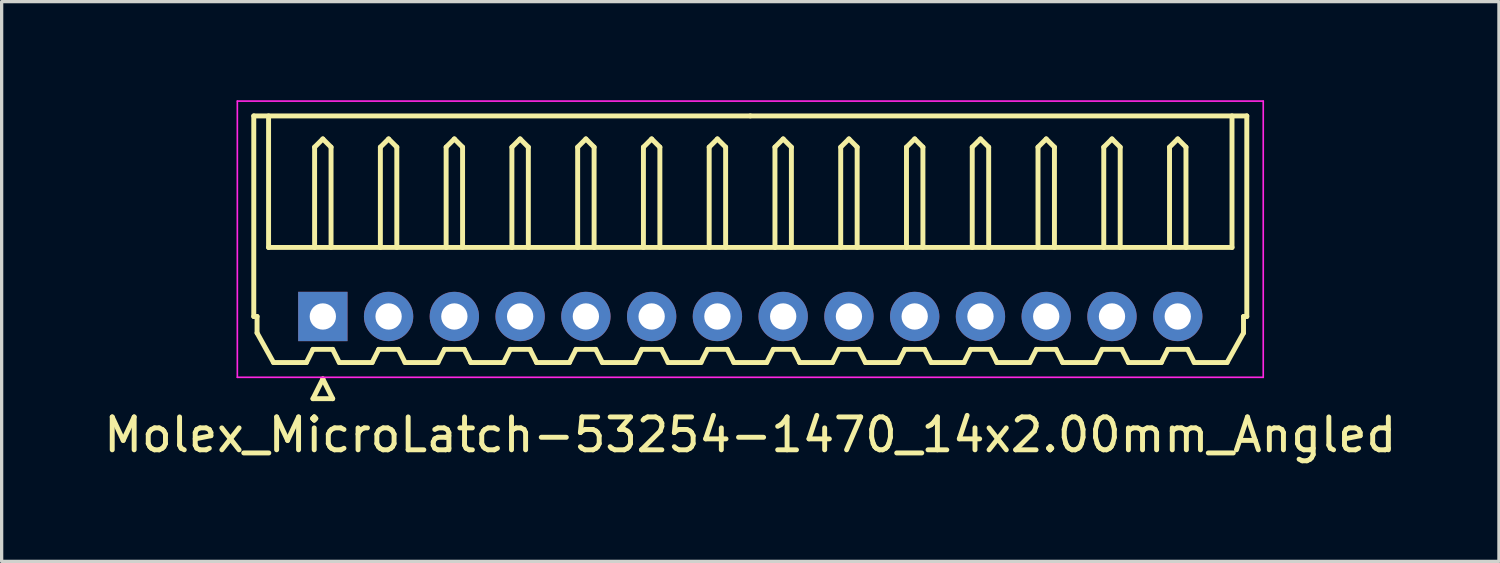
<source format=kicad_pcb>
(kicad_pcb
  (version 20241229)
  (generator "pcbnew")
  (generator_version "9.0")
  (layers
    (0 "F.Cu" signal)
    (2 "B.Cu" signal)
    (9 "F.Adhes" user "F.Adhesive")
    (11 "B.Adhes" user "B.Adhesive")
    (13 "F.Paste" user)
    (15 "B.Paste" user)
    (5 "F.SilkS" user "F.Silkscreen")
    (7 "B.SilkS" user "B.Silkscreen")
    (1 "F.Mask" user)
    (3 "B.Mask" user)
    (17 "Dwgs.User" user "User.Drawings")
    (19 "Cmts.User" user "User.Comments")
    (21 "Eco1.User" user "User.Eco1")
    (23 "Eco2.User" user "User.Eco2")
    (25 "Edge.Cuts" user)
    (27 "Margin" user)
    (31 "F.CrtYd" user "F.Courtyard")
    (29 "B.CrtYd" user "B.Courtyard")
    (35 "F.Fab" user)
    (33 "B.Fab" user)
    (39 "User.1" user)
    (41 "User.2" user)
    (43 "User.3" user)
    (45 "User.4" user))
  (footprint "Molex_MicroLatch-53254-1470_14x2.00mm_Angled"
    (layer "F.Cu")
    (at 6.768 6.575)
    (property "Reference" "Molex_MicroLatch-53254-1470_14x2.00mm_Angled" (at 13 3.6 0) (layer "F.SilkS") (effects (font (size 1 1) (thickness 0.15))))
    (attr through_hole)
    (fp_line (start -2.1 -6.1) (end 13 -6.1) (stroke (width 0.15) (type solid)) (layer "F.SilkS"))
    (fp_line (start -2.1 0) (end -2.1 -6.1) (stroke (width 0.15) (type solid)) (layer "F.SilkS"))
    (fp_line (start -2 0) (end -2.1 0) (stroke (width 0.15) (type solid)) (layer "F.SilkS"))
    (fp_line (start -2 0.5) (end -2 0) (stroke (width 0.15) (type solid)) (layer "F.SilkS"))
    (fp_line (start -1.65 -6.1) (end -1.65 -2.1) (stroke (width 0.15) (type solid)) (layer "F.SilkS"))
    (fp_line (start -1.65 -2.1) (end 27.65 -2.1) (stroke (width 0.15) (type solid)) (layer "F.SilkS"))
    (fp_line (start -1.5 1.4) (end -2 0.5) (stroke (width 0.15) (type solid)) (layer "F.SilkS"))
    (fp_line (start -0.5 1.4) (end -1.5 1.4) (stroke (width 0.15) (type solid)) (layer "F.SilkS"))
    (fp_line (start -0.3 1) (end -0.5 1.4) (stroke (width 0.15) (type solid)) (layer "F.SilkS"))
    (fp_line (start -0.3 1) (end 0.3 1) (stroke (width 0.15) (type solid)) (layer "F.SilkS"))
    (fp_line (start -0.3 2.5) (end 0.3 2.5) (stroke (width 0.15) (type solid)) (layer "F.SilkS"))
    (fp_line (start -0.25 -5.15) (end 0 -5.4) (stroke (width 0.15) (type solid)) (layer "F.SilkS"))
    (fp_line (start -0.25 -2.1) (end -0.25 -5.15) (stroke (width 0.15) (type solid)) (layer "F.SilkS"))
    (fp_line (start 0 -5.4) (end 0.25 -5.15) (stroke (width 0.15) (type solid)) (layer "F.SilkS"))
    (fp_line (start 0 1.9) (end -0.3 2.5) (stroke (width 0.15) (type solid)) (layer "F.SilkS"))
    (fp_line (start 0.25 -5.15) (end 0.25 -2.1) (stroke (width 0.15) (type solid)) (layer "F.SilkS"))
    (fp_line (start 0.3 1) (end 0.5 1.4) (stroke (width 0.15) (type solid)) (layer "F.SilkS"))
    (fp_line (start 0.3 2.5) (end 0 1.9) (stroke (width 0.15) (type solid)) (layer "F.SilkS"))
    (fp_line (start 0.5 1.4) (end 1.5 1.4) (stroke (width 0.15) (type solid)) (layer "F.SilkS"))
    (fp_line (start 1.5 1.4) (end 1.7 1) (stroke (width 0.15) (type solid)) (layer "F.SilkS"))
    (fp_line (start 1.7 1) (end 2.3 1) (stroke (width 0.15) (type solid)) (layer "F.SilkS"))
    (fp_line (start 1.75 -5.15) (end 2 -5.4) (stroke (width 0.15) (type solid)) (layer "F.SilkS"))
    (fp_line (start 1.75 -2.1) (end 1.75 -5.15) (stroke (width 0.15) (type solid)) (layer "F.SilkS"))
    (fp_line (start 2 -5.4) (end 2.25 -5.15) (stroke (width 0.15) (type solid)) (layer "F.SilkS"))
    (fp_line (start 2.25 -5.15) (end 2.25 -2.1) (stroke (width 0.15) (type solid)) (layer "F.SilkS"))
    (fp_line (start 2.3 1) (end 2.5 1.4) (stroke (width 0.15) (type solid)) (layer "F.SilkS"))
    (fp_line (start 2.5 1.4) (end 3.5 1.4) (stroke (width 0.15) (type solid)) (layer "F.SilkS"))
    (fp_line (start 3.5 1.4) (end 3.7 1) (stroke (width 0.15) (type solid)) (layer "F.SilkS"))
    (fp_line (start 3.7 1) (end 4.3 1) (stroke (width 0.15) (type solid)) (layer "F.SilkS"))
    (fp_line (start 3.75 -5.15) (end 4 -5.4) (stroke (width 0.15) (type solid)) (layer "F.SilkS"))
    (fp_line (start 3.75 -2.1) (end 3.75 -5.15) (stroke (width 0.15) (type solid)) (layer "F.SilkS"))
    (fp_line (start 4 -5.4) (end 4.25 -5.15) (stroke (width 0.15) (type solid)) (layer "F.SilkS"))
    (fp_line (start 4.25 -5.15) (end 4.25 -2.1) (stroke (width 0.15) (type solid)) (layer "F.SilkS"))
    (fp_line (start 4.3 1) (end 4.5 1.4) (stroke (width 0.15) (type solid)) (layer "F.SilkS"))
    (fp_line (start 4.5 1.4) (end 5.5 1.4) (stroke (width 0.15) (type solid)) (layer "F.SilkS"))
    (fp_line (start 5.5 1.4) (end 5.7 1) (stroke (width 0.15) (type solid)) (layer "F.SilkS"))
    (fp_line (start 5.7 1) (end 6.3 1) (stroke (width 0.15) (type solid)) (layer "F.SilkS"))
    (fp_line (start 5.75 -5.15) (end 6 -5.4) (stroke (width 0.15) (type solid)) (layer "F.SilkS"))
    (fp_line (start 5.75 -2.1) (end 5.75 -5.15) (stroke (width 0.15) (type solid)) (layer "F.SilkS"))
    (fp_line (start 6 -5.4) (end 6.25 -5.15) (stroke (width 0.15) (type solid)) (layer "F.SilkS"))
    (fp_line (start 6.25 -5.15) (end 6.25 -2.1) (stroke (width 0.15) (type solid)) (layer "F.SilkS"))
    (fp_line (start 6.3 1) (end 6.5 1.4) (stroke (width 0.15) (type solid)) (layer "F.SilkS"))
    (fp_line (start 6.5 1.4) (end 7.5 1.4) (stroke (width 0.15) (type solid)) (layer "F.SilkS"))
    (fp_line (start 7.5 1.4) (end 7.7 1) (stroke (width 0.15) (type solid)) (layer "F.SilkS"))
    (fp_line (start 7.7 1) (end 8.3 1) (stroke (width 0.15) (type solid)) (layer "F.SilkS"))
    (fp_line (start 7.75 -5.15) (end 8 -5.4) (stroke (width 0.15) (type solid)) (layer "F.SilkS"))
    (fp_line (start 7.75 -2.1) (end 7.75 -5.15) (stroke (width 0.15) (type solid)) (layer "F.SilkS"))
    (fp_line (start 8 -5.4) (end 8.25 -5.15) (stroke (width 0.15) (type solid)) (layer "F.SilkS"))
    (fp_line (start 8.25 -5.15) (end 8.25 -2.1) (stroke (width 0.15) (type solid)) (layer "F.SilkS"))
    (fp_line (start 8.3 1) (end 8.5 1.4) (stroke (width 0.15) (type solid)) (layer "F.SilkS"))
    (fp_line (start 8.5 1.4) (end 9.5 1.4) (stroke (width 0.15) (type solid)) (layer "F.SilkS"))
    (fp_line (start 9.5 1.4) (end 9.7 1) (stroke (width 0.15) (type solid)) (layer "F.SilkS"))
    (fp_line (start 9.7 1) (end 10.3 1) (stroke (width 0.15) (type solid)) (layer "F.SilkS"))
    (fp_line (start 9.75 -5.15) (end 10 -5.4) (stroke (width 0.15) (type solid)) (layer "F.SilkS"))
    (fp_line (start 9.75 -2.1) (end 9.75 -5.15) (stroke (width 0.15) (type solid)) (layer "F.SilkS"))
    (fp_line (start 10 -5.4) (end 10.25 -5.15) (stroke (width 0.15) (type solid)) (layer "F.SilkS"))
    (fp_line (start 10.25 -5.15) (end 10.25 -2.1) (stroke (width 0.15) (type solid)) (layer "F.SilkS"))
    (fp_line (start 10.3 1) (end 10.5 1.4) (stroke (width 0.15) (type solid)) (layer "F.SilkS"))
    (fp_line (start 10.5 1.4) (end 11.5 1.4) (stroke (width 0.15) (type solid)) (layer "F.SilkS"))
    (fp_line (start 11.5 1.4) (end 11.7 1) (stroke (width 0.15) (type solid)) (layer "F.SilkS"))
    (fp_line (start 11.7 1) (end 12.3 1) (stroke (width 0.15) (type solid)) (layer "F.SilkS"))
    (fp_line (start 11.75 -5.15) (end 12 -5.4) (stroke (width 0.15) (type solid)) (layer "F.SilkS"))
    (fp_line (start 11.75 -2.1) (end 11.75 -5.15) (stroke (width 0.15) (type solid)) (layer "F.SilkS"))
    (fp_line (start 12 -5.4) (end 12.25 -5.15) (stroke (width 0.15) (type solid)) (layer "F.SilkS"))
    (fp_line (start 12.25 -5.15) (end 12.25 -2.1) (stroke (width 0.15) (type solid)) (layer "F.SilkS"))
    (fp_line (start 12.3 1) (end 12.5 1.4) (stroke (width 0.15) (type solid)) (layer "F.SilkS"))
    (fp_line (start 12.5 1.4) (end 13.5 1.4) (stroke (width 0.15) (type solid)) (layer "F.SilkS"))
    (fp_line (start 13.5 1.4) (end 13.7 1) (stroke (width 0.15) (type solid)) (layer "F.SilkS"))
    (fp_line (start 13.7 1) (end 14.3 1) (stroke (width 0.15) (type solid)) (layer "F.SilkS"))
    (fp_line (start 13.75 -5.15) (end 14 -5.4) (stroke (width 0.15) (type solid)) (layer "F.SilkS"))
    (fp_line (start 13.75 -2.1) (end 13.75 -5.15) (stroke (width 0.15) (type solid)) (layer "F.SilkS"))
    (fp_line (start 14 -5.4) (end 14.25 -5.15) (stroke (width 0.15) (type solid)) (layer "F.SilkS"))
    (fp_line (start 14.25 -5.15) (end 14.25 -2.1) (stroke (width 0.15) (type solid)) (layer "F.SilkS"))
    (fp_line (start 14.3 1) (end 14.5 1.4) (stroke (width 0.15) (type solid)) (layer "F.SilkS"))
    (fp_line (start 14.5 1.4) (end 15.5 1.4) (stroke (width 0.15) (type solid)) (layer "F.SilkS"))
    (fp_line (start 15.5 1.4) (end 15.7 1) (stroke (width 0.15) (type solid)) (layer "F.SilkS"))
    (fp_line (start 15.7 1) (end 16.3 1) (stroke (width 0.15) (type solid)) (layer "F.SilkS"))
    (fp_line (start 15.75 -5.15) (end 16 -5.4) (stroke (width 0.15) (type solid)) (layer "F.SilkS"))
    (fp_line (start 15.75 -2.1) (end 15.75 -5.15) (stroke (width 0.15) (type solid)) (layer "F.SilkS"))
    (fp_line (start 16 -5.4) (end 16.25 -5.15) (stroke (width 0.15) (type solid)) (layer "F.SilkS"))
    (fp_line (start 16.25 -5.15) (end 16.25 -2.1) (stroke (width 0.15) (type solid)) (layer "F.SilkS"))
    (fp_line (start 16.3 1) (end 16.5 1.4) (stroke (width 0.15) (type solid)) (layer "F.SilkS"))
    (fp_line (start 16.5 1.4) (end 17.5 1.4) (stroke (width 0.15) (type solid)) (layer "F.SilkS"))
    (fp_line (start 17.5 1.4) (end 17.7 1) (stroke (width 0.15) (type solid)) (layer "F.SilkS"))
    (fp_line (start 17.7 1) (end 18.3 1) (stroke (width 0.15) (type solid)) (layer "F.SilkS"))
    (fp_line (start 17.75 -5.15) (end 18 -5.4) (stroke (width 0.15) (type solid)) (layer "F.SilkS"))
    (fp_line (start 17.75 -2.1) (end 17.75 -5.15) (stroke (width 0.15) (type solid)) (layer "F.SilkS"))
    (fp_line (start 18 -5.4) (end 18.25 -5.15) (stroke (width 0.15) (type solid)) (layer "F.SilkS"))
    (fp_line (start 18.25 -5.15) (end 18.25 -2.1) (stroke (width 0.15) (type solid)) (layer "F.SilkS"))
    (fp_line (start 18.3 1) (end 18.5 1.4) (stroke (width 0.15) (type solid)) (layer "F.SilkS"))
    (fp_line (start 18.5 1.4) (end 19.5 1.4) (stroke (width 0.15) (type solid)) (layer "F.SilkS"))
    (fp_line (start 19.5 1.4) (end 19.7 1) (stroke (width 0.15) (type solid)) (layer "F.SilkS"))
    (fp_line (start 19.7 1) (end 20.3 1) (stroke (width 0.15) (type solid)) (layer "F.SilkS"))
    (fp_line (start 19.75 -5.15) (end 20 -5.4) (stroke (width 0.15) (type solid)) (layer "F.SilkS"))
    (fp_line (start 19.75 -2.1) (end 19.75 -5.15) (stroke (width 0.15) (type solid)) (layer "F.SilkS"))
    (fp_line (start 20 -5.4) (end 20.25 -5.15) (stroke (width 0.15) (type solid)) (layer "F.SilkS"))
    (fp_line (start 20.25 -5.15) (end 20.25 -2.1) (stroke (width 0.15) (type solid)) (layer "F.SilkS"))
    (fp_line (start 20.3 1) (end 20.5 1.4) (stroke (width 0.15) (type solid)) (layer "F.SilkS"))
    (fp_line (start 20.5 1.4) (end 21.5 1.4) (stroke (width 0.15) (type solid)) (layer "F.SilkS"))
    (fp_line (start 21.5 1.4) (end 21.7 1) (stroke (width 0.15) (type solid)) (layer "F.SilkS"))
    (fp_line (start 21.7 1) (end 22.3 1) (stroke (width 0.15) (type solid)) (layer "F.SilkS"))
    (fp_line (start 21.75 -5.15) (end 22 -5.4) (stroke (width 0.15) (type solid)) (layer "F.SilkS"))
    (fp_line (start 21.75 -2.1) (end 21.75 -5.15) (stroke (width 0.15) (type solid)) (layer "F.SilkS"))
    (fp_line (start 22 -5.4) (end 22.25 -5.15) (stroke (width 0.15) (type solid)) (layer "F.SilkS"))
    (fp_line (start 22.25 -5.15) (end 22.25 -2.1) (stroke (width 0.15) (type solid)) (layer "F.SilkS"))
    (fp_line (start 22.3 1) (end 22.5 1.4) (stroke (width 0.15) (type solid)) (layer "F.SilkS"))
    (fp_line (start 22.5 1.4) (end 23.5 1.4) (stroke (width 0.15) (type solid)) (layer "F.SilkS"))
    (fp_line (start 23.5 1.4) (end 23.7 1) (stroke (width 0.15) (type solid)) (layer "F.SilkS"))
    (fp_line (start 23.7 1) (end 24.3 1) (stroke (width 0.15) (type solid)) (layer "F.SilkS"))
    (fp_line (start 23.75 -5.15) (end 24 -5.4) (stroke (width 0.15) (type solid)) (layer "F.SilkS"))
    (fp_line (start 23.75 -2.1) (end 23.75 -5.15) (stroke (width 0.15) (type solid)) (layer "F.SilkS"))
    (fp_line (start 24 -5.4) (end 24.25 -5.15) (stroke (width 0.15) (type solid)) (layer "F.SilkS"))
    (fp_line (start 24.25 -5.15) (end 24.25 -2.1) (stroke (width 0.15) (type solid)) (layer "F.SilkS"))
    (fp_line (start 24.3 1) (end 24.5 1.4) (stroke (width 0.15) (type solid)) (layer "F.SilkS"))
    (fp_line (start 24.5 1.4) (end 25.5 1.4) (stroke (width 0.15) (type solid)) (layer "F.SilkS"))
    (fp_line (start 25.5 1.4) (end 25.7 1) (stroke (width 0.15) (type solid)) (layer "F.SilkS"))
    (fp_line (start 25.7 1) (end 26.3 1) (stroke (width 0.15) (type solid)) (layer "F.SilkS"))
    (fp_line (start 25.75 -5.15) (end 26 -5.4) (stroke (width 0.15) (type solid)) (layer "F.SilkS"))
    (fp_line (start 25.75 -2.1) (end 25.75 -5.15) (stroke (width 0.15) (type solid)) (layer "F.SilkS"))
    (fp_line (start 26 -5.4) (end 26.25 -5.15) (stroke (width 0.15) (type solid)) (layer "F.SilkS"))
    (fp_line (start 26.25 -5.15) (end 26.25 -2.1) (stroke (width 0.15) (type solid)) (layer "F.SilkS"))
    (fp_line (start 26.3 1) (end 26.5 1.4) (stroke (width 0.15) (type solid)) (layer "F.SilkS"))
    (fp_line (start 26.5 1.4) (end 27.5 1.4) (stroke (width 0.15) (type solid)) (layer "F.SilkS"))
    (fp_line (start 27.5 1.4) (end 28 0.5) (stroke (width 0.15) (type solid)) (layer "F.SilkS"))
    (fp_line (start 27.65 -2.1) (end 27.65 -6.1) (stroke (width 0.15) (type solid)) (layer "F.SilkS"))
    (fp_line (start 28 0) (end 28.1 0) (stroke (width 0.15) (type solid)) (layer "F.SilkS"))
    (fp_line (start 28 0.5) (end 28 0) (stroke (width 0.15) (type solid)) (layer "F.SilkS"))
    (fp_line (start 28.1 -6.1) (end 13 -6.1) (stroke (width 0.15) (type solid)) (layer "F.SilkS"))
    (fp_line (start 28.1 0) (end 28.1 -6.1) (stroke (width 0.15) (type solid)) (layer "F.SilkS"))
    (fp_line (start -2.6 -6.55) (end -2.6 1.85) (stroke (width 0.05) (type solid)) (layer "F.CrtYd"))
    (fp_line (start -2.6 1.85) (end 28.6 1.85) (stroke (width 0.05) (type solid)) (layer "F.CrtYd"))
    (fp_line (start 28.6 -6.55) (end -2.6 -6.55) (stroke (width 0.05) (type solid)) (layer "F.CrtYd"))
    (fp_line (start 28.6 1.85) (end 28.6 -6.55) (stroke (width 0.05) (type solid)) (layer "F.CrtYd"))
    (pad "1" thru_hole rect (at 0 0) (size 1.5 1.5) (drill 0.8) (layers "*.Cu" "*.Mask"))
    (pad "2" thru_hole circle (at 2 0) (size 1.5 1.5) (drill 0.8) (layers "*.Cu" "*.Mask"))
    (pad "3" thru_hole circle (at 4 0) (size 1.5 1.5) (drill 0.8) (layers "*.Cu" "*.Mask"))
    (pad "4" thru_hole circle (at 6 0) (size 1.5 1.5) (drill 0.8) (layers "*.Cu" "*.Mask"))
    (pad "5" thru_hole circle (at 8 0) (size 1.5 1.5) (drill 0.8) (layers "*.Cu" "*.Mask"))
    (pad "6" thru_hole circle (at 10 0) (size 1.5 1.5) (drill 0.8) (layers "*.Cu" "*.Mask"))
    (pad "7" thru_hole circle (at 12 0) (size 1.5 1.5) (drill 0.8) (layers "*.Cu" "*.Mask"))
    (pad "8" thru_hole circle (at 14 0) (size 1.5 1.5) (drill 0.8) (layers "*.Cu" "*.Mask"))
    (pad "9" thru_hole circle (at 16 0) (size 1.5 1.5) (drill 0.8) (layers "*.Cu" "*.Mask"))
    (pad "10" thru_hole circle (at 18 0) (size 1.5 1.5) (drill 0.8) (layers "*.Cu" "*.Mask"))
    (pad "11" thru_hole circle (at 20 0) (size 1.5 1.5) (drill 0.8) (layers "*.Cu" "*.Mask"))
    (pad "12" thru_hole circle (at 22 0) (size 1.5 1.5) (drill 0.8) (layers "*.Cu" "*.Mask"))
    (pad "13" thru_hole circle (at 24 0) (size 1.5 1.5) (drill 0.8) (layers "*.Cu" "*.Mask"))
    (pad "14" thru_hole circle (at 26 0) (size 1.5 1.5) (drill 0.8) (layers "*.Cu" "*.Mask")))
  (gr_rect
    (start -3 -3)
    (end 42.536 14.023)
    (stroke (width 0.1) (type default))
    (fill no)
    (layer "Edge.Cuts")))
</source>
